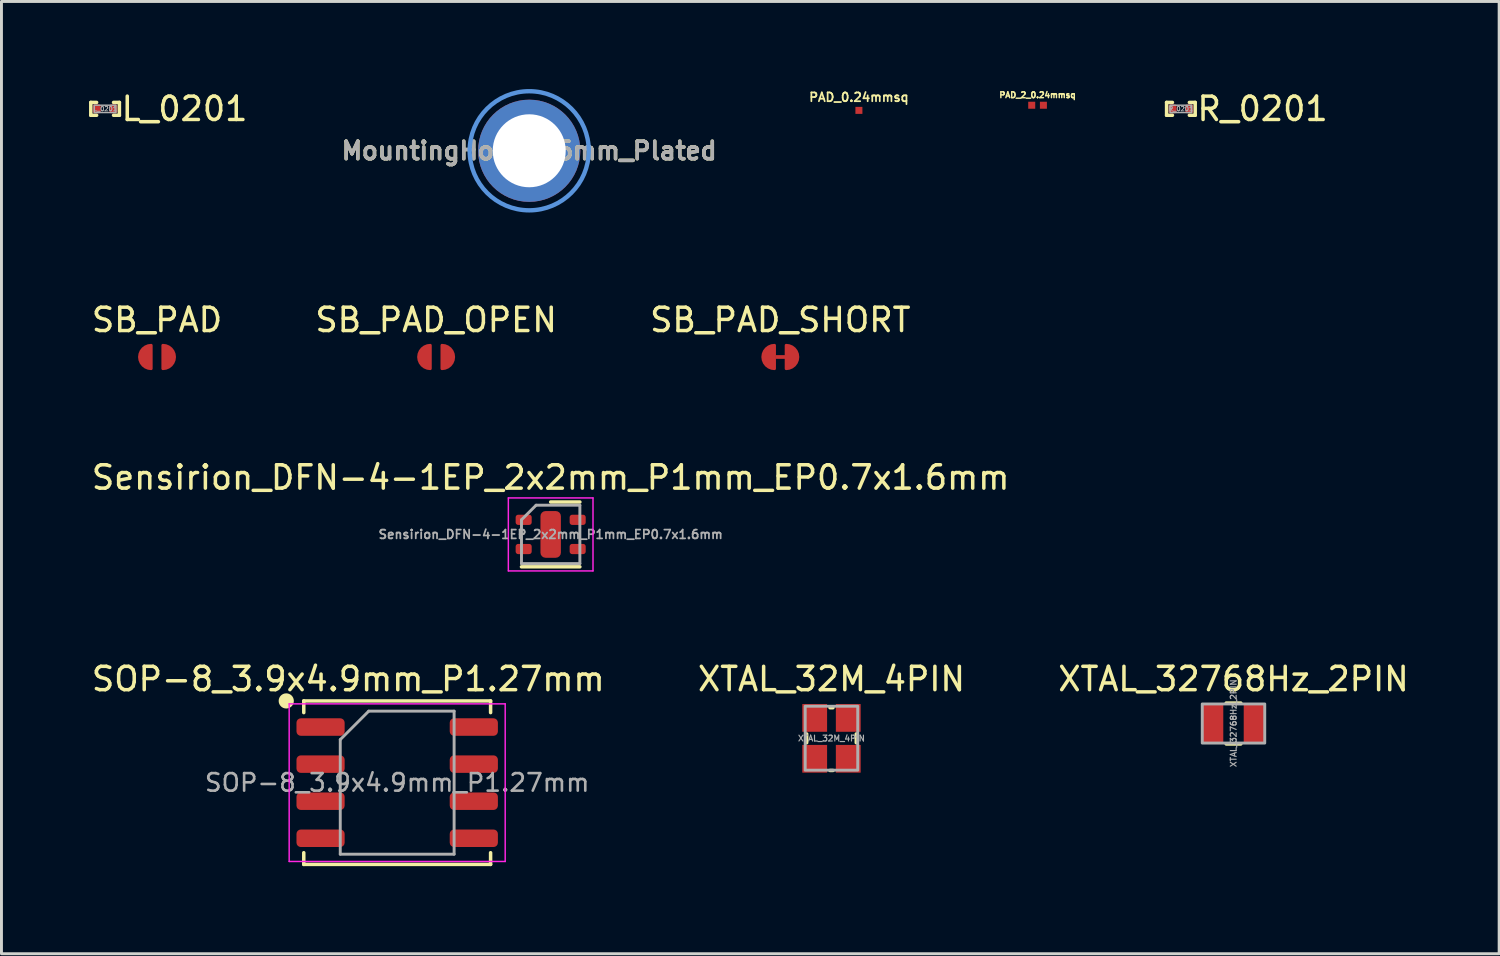
<source format=kicad_pcb>
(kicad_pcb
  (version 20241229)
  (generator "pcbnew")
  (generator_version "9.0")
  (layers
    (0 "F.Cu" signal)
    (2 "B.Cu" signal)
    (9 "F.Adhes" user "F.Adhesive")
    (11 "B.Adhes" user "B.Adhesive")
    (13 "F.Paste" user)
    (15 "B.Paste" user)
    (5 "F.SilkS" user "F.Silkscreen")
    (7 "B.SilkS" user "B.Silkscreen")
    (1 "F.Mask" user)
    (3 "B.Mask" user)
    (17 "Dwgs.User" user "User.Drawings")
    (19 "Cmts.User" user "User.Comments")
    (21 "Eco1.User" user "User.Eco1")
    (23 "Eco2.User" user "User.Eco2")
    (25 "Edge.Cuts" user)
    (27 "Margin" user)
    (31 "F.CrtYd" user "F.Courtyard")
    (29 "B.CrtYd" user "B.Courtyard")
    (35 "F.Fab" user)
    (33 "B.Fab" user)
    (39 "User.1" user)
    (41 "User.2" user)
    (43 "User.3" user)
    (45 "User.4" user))
  (footprint "SB_PAD_OPEN"
    (layer "F.Cu")
    (at 11.89 9.179)
    (property "Reference" "SB_PAD_OPEN" (at 0 -1.27 0) (unlocked yes) (layer "F.SilkS") (effects (font (size 0.8 0.8) (thickness 0.12))))
    (attr smd)
    (pad "1" smd custom (at -0.3 0) (size 0.001 0.001) (layers "F.Cu" "F.Mask") (options (anchor circle)) (primitives (gr_line (start 0 0.365) (end 0 -0.365) (width 0.1)) (gr_line (start -0.1 0.31) (end -0.1 -0.31) (width 0.125)) (gr_line (start 0.1 0.4) (end 0.1 -0.4) (width 0.1)) (gr_arc (start 0.1 0.4) (mid -0.3 0) (end 0.1 -0.4) (width 0.1)) (gr_line (start -0.2 0.23) (end -0.2 -0.23) (width 0.125))))
    (pad "2" smd custom (at 0.3 0) (size 0.001 0.001) (layers "F.Cu" "F.Mask") (options (anchor circle)) (primitives (gr_line (start 0 -0.365) (end 0 0.365) (width 0.1)) (gr_line (start 0.1 -0.31) (end 0.1 0.31) (width 0.125)) (gr_line (start -0.1 -0.4) (end -0.1 0.4) (width 0.1)) (gr_arc (start -0.1 -0.4) (mid 0.3 0) (end -0.1 0.4) (width 0.1)) (gr_line (start 0.2 -0.23) (end 0.2 0.23) (width 0.125)))))
  (footprint "MountingHole_2.5mm_Plated"
    (layer "F.Cu")
    (at 15.079 2.115)
    (property "Reference" "MountingHole_2.5mm_Plated" (at 0 0 0) (layer "F.SilkS") (effects (font (size 0.6 0.6) (thickness 0.12))))
    (attr exclude_from_pos_files exclude_from_bom)
    (fp_circle (center 0 0) (end 2.04 0.02) (stroke (width 0.15) (type solid)) (fill no) (layer "Cmts.User"))
    (fp_circle (center 0 0) (end 2.05 -0.01) (stroke (width 0.05) (type solid)) (fill no) (layer "F.CrtYd"))
    (fp_text user "${REFERENCE}" (at 0 0 0) (layer "F.Fab") (effects (font (size 0.6 0.6) (thickness 0.12))))
    (pad "1" thru_hole circle (at 0 0) (size 3.5 3.5) (drill 2.5) (layers "*.Cu" "*.Mask") (remove_unused_layers yes) (keep_end_layers yes) (zone_layer_connections)))
  (footprint "PAD_0.24mmsq"
    (layer "F.Cu")
    (at 26.373 0.731)
    (property "Reference" "PAD_0.24mmsq" (at 0 -0.45 0) (unlocked yes) (layer "F.SilkS") (effects (font (size 0.3 0.3) (thickness 0.06))))
    (attr smd)
    (pad "1" smd rect (at 0 0) (size 0.24 0.24) (layers "F.Cu" "F.Mask" "F.Paste")))
  (footprint "PAD_2_0.24mmsq"
    (layer "F.Cu")
    (at 32.493 0.555)
    (property "Reference" "PAD_2_0.24mmsq" (at 0 -0.35 0) (unlocked yes) (layer "F.SilkS") (effects (font (size 0.2 0.2) (thickness 0.05))))
    (attr smd)
    (pad "1" smd rect (at -0.2 0) (size 0.24 0.24) (layers "F.Cu" "F.Mask" "F.Paste"))
    (pad "2" smd rect (at 0.2 0) (size 0.24 0.24) (layers "F.Cu" "F.Mask" "F.Paste")))
  (footprint "XTAL_32768Hz_2PIN"
    (layer "F.Cu")
    (at 39.205 21.735)
    (property "Reference" "XTAL_32768Hz_2PIN" (at 0 -1.524 0) (unlocked yes) (layer "F.SilkS") (effects (font (size 0.8 0.8) (thickness 0.12))))
    (attr smd)
    (fp_line (start -0.25 -0.7) (end 0.25 -0.7) (stroke (width 0.12) (type solid)) (layer "F.SilkS"))
    (fp_line (start -0.25 0.7) (end 0.25 0.7) (stroke (width 0.12) (type solid)) (layer "F.SilkS"))
    (fp_rect (start -1.07 -0.67) (end 1.07 0.67) (stroke (width 0.1) (type solid)) (fill no) (layer "F.Fab"))
    (fp_text user "${REFERENCE}" (at 0 -0.01 90) (unlocked yes) (layer "F.Fab") (effects (font (size 0.2 0.2) (thickness 0.04))))
    (pad "1" smd rect (at -0.725 0) (size 0.75 1.4) (layers "F.Cu" "F.Mask" "F.Paste"))
    (pad "2" smd rect (at 0.725 0) (size 0.75 1.4) (layers "F.Cu" "F.Mask" "F.Paste")))
  (footprint "SB_PAD_SHORT"
    (layer "F.Cu")
    (at 23.681 9.179)
    (property "Reference" "SB_PAD_SHORT" (at 0 -1.27 0) (unlocked yes) (layer "F.SilkS") (effects (font (size 0.8 0.8) (thickness 0.12))))
    (attr smd)
    (pad "1" smd custom (at -0.3 0) (size 0.001 0.001) (layers "F.Cu" "F.Mask") (options (anchor circle)) (primitives (gr_line (start 0 0.365) (end 0 -0.365) (width 0.1)) (gr_line (start -0.1 0.31) (end -0.1 -0.31) (width 0.125)) (gr_line (start 0.1 0.4) (end 0.1 -0.4) (width 0.1)) (gr_arc (start 0.1 0.4) (mid -0.3 0) (end 0.1 -0.4) (width 0.1)) (gr_line (start -0.2 0.23) (end -0.2 -0.23) (width 0.125))))
    (pad "1" smd rect (at 0.025 0) (size 0.35 0.127) (layers "F.Cu" "F.Mask"))
    (pad "1" smd custom (at 0.3 0) (size 0.001 0.001) (layers "F.Cu" "F.Mask") (options (anchor circle)) (primitives (gr_line (start 0 -0.365) (end 0 0.365) (width 0.1)) (gr_line (start 0.1 -0.31) (end 0.1 0.31) (width 0.125)) (gr_line (start -0.1 -0.4) (end -0.1 0.4) (width 0.1)) (gr_arc (start -0.1 -0.4) (mid 0.3 0) (end -0.1 0.4) (width 0.1)) (gr_line (start 0.2 -0.23) (end 0.2 0.23) (width 0.125)))))
  (footprint "XTAL_32M_4PIN"
    (layer "F.Cu")
    (at 25.433 22.243)
    (property "Reference" "XTAL_32M_4PIN" (at 0 -2.032 0) (unlocked yes) (layer "F.SilkS") (effects (font (size 0.8 0.8) (thickness 0.12))))
    (attr smd)
    (fp_line (start -0.85 -0.15) (end -0.85 0.15) (stroke (width 0.12) (type solid)) (layer "F.SilkS"))
    (fp_line (start -0.05 -1.05) (end 0.05 -1.05) (stroke (width 0.12) (type solid)) (layer "F.SilkS"))
    (fp_line (start -0.05 1.1) (end 0.05 1.1) (stroke (width 0.12) (type solid)) (layer "F.SilkS"))
    (fp_line (start 0.85 0.15) (end 0.85 -0.15) (stroke (width 0.12) (type solid)) (layer "F.SilkS"))
    (fp_rect (start -0.9 -1.1) (end 0.9 1.09) (stroke (width 0.1) (type solid)) (fill no) (layer "F.Fab"))
    (fp_text user "${REFERENCE}" (at 0 0 0) (unlocked yes) (layer "F.Fab") (effects (font (size 0.2 0.2) (thickness 0.04))))
    (pad "1" smd rect (at -0.575 -0.7) (size 0.85 0.95) (layers "F.Cu" "F.Mask" "F.Paste"))
    (pad "2" smd rect (at 0.575 -0.7) (size 0.85 0.95) (layers "F.Cu" "F.Mask" "F.Paste"))
    (pad "3" smd rect (at 0.575 0.7) (size 0.85 0.95) (layers "F.Cu" "F.Mask" "F.Paste"))
    (pad "4" smd rect (at -0.575 0.7) (size 0.85 0.95) (layers "F.Cu" "F.Mask" "F.Paste")))
  (footprint "R_0201"
    (layer "F.Cu")
    (at 37.403 0.679)
    (property "Reference" "R_0201" (at 0.49 0 0) (unlocked yes) (layer "F.SilkS") (effects (font (size 0.8 0.8) (thickness 0.12)) (justify left)))
    (attr smd)
    (fp_line (start -0.49 -0.22) (end -0.29 -0.22) (stroke (width 0.12) (type solid)) (layer "F.SilkS"))
    (fp_line (start -0.49 0.22) (end -0.49 -0.22) (stroke (width 0.12) (type solid)) (layer "F.SilkS"))
    (fp_line (start -0.49 0.22) (end -0.29 0.22) (stroke (width 0.12) (type solid)) (layer "F.SilkS"))
    (fp_line (start 0.29 -0.22) (end 0.49 -0.22) (stroke (width 0.12) (type solid)) (layer "F.SilkS"))
    (fp_line (start 0.29 0.22) (end 0.49 0.22) (stroke (width 0.12) (type solid)) (layer "F.SilkS"))
    (fp_line (start 0.49 -0.22) (end 0.49 0.22) (stroke (width 0.12) (type solid)) (layer "F.SilkS"))
    (fp_rect (start -0.37 -0.125) (end 0.37 0.125) (stroke (width 0.05) (type solid)) (fill no) (layer "F.Fab"))
    (fp_text user "${REFERENCE}" (at 0 0 0) (unlocked yes) (layer "F.Fab") (effects (font (size 0.15 0.15) (thickness 0.03))))
    (pad "1" smd roundrect (at -0.285 0) (size 0.27 0.3) (layers "F.Cu" "F.Mask" "F.Paste") (roundrect_rratio 0.2))
    (pad "2" smd roundrect (at 0.285 0) (size 0.27 0.3) (layers "F.Cu" "F.Mask" "F.Paste") (roundrect_rratio 0.2)))
  (footprint "Sensirion_DFN-4-1EP_2x2mm_P1mm_EP0.7x1.6mm"
    (layer "F.Cu")
    (at 15.814 15.257)
    (property "Reference" "Sensirion_DFN-4-1EP_2x2mm_P1mm_EP0.7x1.6mm" (at 0 -1.95 0) (layer "F.SilkS") (effects (font (size 0.8 0.8) (thickness 0.12))))
    (attr smd)
    (fp_line (start -1 1.11) (end 1 1.11) (stroke (width 0.12) (type solid)) (layer "F.SilkS"))
    (fp_line (start 0 -1.11) (end 1 -1.11) (stroke (width 0.12) (type solid)) (layer "F.SilkS"))
    (fp_line (start -1.45 -1.25) (end -1.45 1.25) (stroke (width 0.05) (type solid)) (layer "F.CrtYd"))
    (fp_line (start -1.45 1.25) (end 1.45 1.25) (stroke (width 0.05) (type solid)) (layer "F.CrtYd"))
    (fp_line (start 1.45 -1.25) (end -1.45 -1.25) (stroke (width 0.05) (type solid)) (layer "F.CrtYd"))
    (fp_line (start 1.45 1.25) (end 1.45 -1.25) (stroke (width 0.05) (type solid)) (layer "F.CrtYd"))
    (fp_line (start -1 -0.5) (end -0.5 -1) (stroke (width 0.1) (type solid)) (layer "F.Fab"))
    (fp_line (start -1 1) (end -1 -0.5) (stroke (width 0.1) (type solid)) (layer "F.Fab"))
    (fp_line (start -0.5 -1) (end 1 -1) (stroke (width 0.1) (type solid)) (layer "F.Fab"))
    (fp_line (start 1 -1) (end 1 1) (stroke (width 0.1) (type solid)) (layer "F.Fab"))
    (fp_line (start 1 1) (end -1 1) (stroke (width 0.1) (type solid)) (layer "F.Fab"))
    (fp_text user "${REFERENCE}" (at 0 0 0) (layer "F.Fab") (effects (font (size 0.3 0.3) (thickness 0.06))))
    (pad "" smd roundrect (at -1.025 -0.5) (size 0.55 0.35) (layers "F.Paste") (roundrect_rratio 0.25))
    (pad "" smd roundrect (at -1.025 0.5) (size 0.55 0.35) (layers "F.Paste") (roundrect_rratio 0.25))
    (pad "" smd roundrect (at 0 0) (size 0.5 1.4) (layers "F.Paste") (roundrect_rratio 0.25))
    (pad "" smd roundrect (at 1.025 -0.5 180) (size 0.55 0.35) (layers "F.Paste") (roundrect_rratio 0.25))
    (pad "" smd roundrect (at 1.025 0.5 180) (size 0.55 0.35) (layers "F.Paste") (roundrect_rratio 0.25))
    (pad "1" smd roundrect (at -0.925 -0.5) (size 0.55 0.35) (layers "F.Cu" "F.Mask") (roundrect_rratio 0.25))
    (pad "2" smd roundrect (at -0.925 0.5) (size 0.55 0.35) (layers "F.Cu" "F.Mask") (roundrect_rratio 0.25))
    (pad "3" smd roundrect (at 0.925 0.5) (size 0.55 0.35) (layers "F.Cu" "F.Mask") (roundrect_rratio 0.25))
    (pad "4" smd roundrect (at 0.925 -0.5) (size 0.55 0.35) (layers "F.Cu" "F.Mask") (roundrect_rratio 0.25))
    (pad "5" smd roundrect (at 0 0) (size 0.7 1.6) (layers "F.Cu" "F.Mask") (roundrect_rratio 0.25)))
  (footprint "SOP-8_3.9x4.9mm_P1.27mm"
    (layer "F.Cu")
    (at 10.556 23.761)
    (property "Reference" "SOP-8_3.9x4.9mm_P1.27mm" (at -1.675 -3.55 0) (layer "F.SilkS") (effects (font (size 0.8 0.8) (thickness 0.12))))
    (attr smd)
    (fp_line (start -3.2 -2.8) (end 3.2 -2.8) (stroke (width 0.12) (type solid)) (layer "F.SilkS"))
    (fp_line (start -3.2 -2.4) (end -3.2 -2.8) (stroke (width 0.12) (type solid)) (layer "F.SilkS"))
    (fp_line (start -3.2 2.4) (end -3.2 2.8) (stroke (width 0.12) (type solid)) (layer "F.SilkS"))
    (fp_line (start -3.2 2.8) (end 3.2 2.8) (stroke (width 0.12) (type solid)) (layer "F.SilkS"))
    (fp_line (start 3.2 -2.8) (end 3.2 -2.4) (stroke (width 0.12) (type solid)) (layer "F.SilkS"))
    (fp_line (start 3.2 2.8) (end 3.2 2.4) (stroke (width 0.12) (type solid)) (layer "F.SilkS"))
    (fp_circle (center -3.8 -2.8) (end -3.6 -2.8) (stroke (width 0.12) (type solid)) (fill yes) (layer "F.SilkS"))
    (fp_line (start -3.7 -2.7) (end -3.7 2.7) (stroke (width 0.05) (type solid)) (layer "F.CrtYd"))
    (fp_line (start -3.7 2.7) (end 3.7 2.7) (stroke (width 0.05) (type solid)) (layer "F.CrtYd"))
    (fp_line (start 3.7 -2.7) (end -3.7 -2.7) (stroke (width 0.05) (type solid)) (layer "F.CrtYd"))
    (fp_line (start 3.7 2.7) (end 3.7 -2.7) (stroke (width 0.05) (type solid)) (layer "F.CrtYd"))
    (fp_line (start -1.95 -1.475) (end -0.975 -2.45) (stroke (width 0.1) (type solid)) (layer "F.Fab"))
    (fp_line (start -1.95 2.45) (end -1.95 -1.475) (stroke (width 0.1) (type solid)) (layer "F.Fab"))
    (fp_line (start -0.975 -2.45) (end 1.95 -2.45) (stroke (width 0.1) (type solid)) (layer "F.Fab"))
    (fp_line (start 1.95 -2.45) (end 1.95 2.45) (stroke (width 0.1) (type solid)) (layer "F.Fab"))
    (fp_line (start 1.95 2.45) (end -1.95 2.45) (stroke (width 0.1) (type solid)) (layer "F.Fab"))
    (fp_text user "${REFERENCE}" (at 0 0 0) (layer "F.Fab") (effects (font (size 0.6 0.6) (thickness 0.09))))
    (pad "1" smd roundrect (at -2.625 -1.905) (size 1.65 0.6) (layers "F.Cu" "F.Mask" "F.Paste") (roundrect_rratio 0.25))
    (pad "2" smd roundrect (at -2.625 -0.635) (size 1.65 0.6) (layers "F.Cu" "F.Mask" "F.Paste") (roundrect_rratio 0.25))
    (pad "3" smd roundrect (at -2.625 0.635) (size 1.65 0.6) (layers "F.Cu" "F.Mask" "F.Paste") (roundrect_rratio 0.25))
    (pad "4" smd roundrect (at -2.625 1.905) (size 1.65 0.6) (layers "F.Cu" "F.Mask" "F.Paste") (roundrect_rratio 0.25))
    (pad "5" smd roundrect (at 2.625 1.905) (size 1.65 0.6) (layers "F.Cu" "F.Mask" "F.Paste") (roundrect_rratio 0.25))
    (pad "6" smd roundrect (at 2.625 0.635) (size 1.65 0.6) (layers "F.Cu" "F.Mask" "F.Paste") (roundrect_rratio 0.25))
    (pad "7" smd roundrect (at 2.625 -0.635) (size 1.65 0.6) (layers "F.Cu" "F.Mask" "F.Paste") (roundrect_rratio 0.25))
    (pad "8" smd roundrect (at 2.625 -1.905) (size 1.65 0.6) (layers "F.Cu" "F.Mask" "F.Paste") (roundrect_rratio 0.25)))
  (footprint "SB_PAD"
    (layer "F.Cu")
    (at 2.329 9.179)
    (property "Reference" "SB_PAD" (at 0 -1.27 0) (unlocked yes) (layer "F.SilkS") (effects (font (size 0.8 0.8) (thickness 0.12))))
    (attr smd)
    (pad "1" smd custom (at -0.3 0) (size 0.001 0.001) (layers "F.Cu" "F.Mask") (options (anchor circle)) (primitives (gr_line (start 0 0.365) (end 0 -0.365) (width 0.1)) (gr_line (start -0.1 0.31) (end -0.1 -0.31) (width 0.125)) (gr_line (start 0.1 0.4) (end 0.1 -0.4) (width 0.1)) (gr_arc (start 0.1 0.4) (mid -0.3 0) (end 0.1 -0.4) (width 0.1)) (gr_line (start -0.2 0.23) (end -0.2 -0.23) (width 0.125))))
    (pad "2" smd custom (at 0.3 0) (size 0.001 0.001) (layers "F.Cu" "F.Mask") (options (anchor circle)) (primitives (gr_line (start 0 -0.365) (end 0 0.365) (width 0.1)) (gr_line (start 0.1 -0.31) (end 0.1 0.31) (width 0.125)) (gr_line (start -0.1 -0.4) (end -0.1 0.4) (width 0.1)) (gr_arc (start -0.1 -0.4) (mid 0.3 0) (end -0.1 0.4) (width 0.1)) (gr_line (start 0.2 -0.23) (end 0.2 0.23) (width 0.125)))))
  (footprint "L_0201"
    (layer "F.Cu")
    (at 0.55 0.679)
    (property "Reference" "L_0201" (at 0.49 0 0) (unlocked yes) (layer "F.SilkS") (effects (font (size 0.8 0.8) (thickness 0.12)) (justify left)))
    (attr smd)
    (fp_line (start -0.49 -0.22) (end -0.29 -0.22) (stroke (width 0.12) (type solid)) (layer "F.SilkS"))
    (fp_line (start -0.49 0.22) (end -0.49 -0.22) (stroke (width 0.12) (type solid)) (layer "F.SilkS"))
    (fp_line (start -0.49 0.22) (end -0.29 0.22) (stroke (width 0.12) (type solid)) (layer "F.SilkS"))
    (fp_line (start 0.29 -0.22) (end 0.49 -0.22) (stroke (width 0.12) (type solid)) (layer "F.SilkS"))
    (fp_line (start 0.29 0.22) (end 0.49 0.22) (stroke (width 0.12) (type solid)) (layer "F.SilkS"))
    (fp_line (start 0.49 -0.22) (end 0.49 0.22) (stroke (width 0.12) (type solid)) (layer "F.SilkS"))
    (fp_rect (start -0.37 -0.125) (end 0.37 0.125) (stroke (width 0.05) (type solid)) (fill no) (layer "F.Fab"))
    (fp_text user "${REFERENCE}" (at 0 0 0) (unlocked yes) (layer "F.Fab") (effects (font (size 0.15 0.15) (thickness 0.03))))
    (pad "1" smd roundrect (at -0.285 0) (size 0.27 0.3) (layers "F.Cu" "F.Mask" "F.Paste") (roundrect_rratio 0.2))
    (pad "2" smd roundrect (at 0.285 0) (size 0.27 0.3) (layers "F.Cu" "F.Mask" "F.Paste") (roundrect_rratio 0.2)))
  (gr_rect
    (start -3 -3)
    (end 48.305 29.621)
    (stroke (width 0.1) (type default))
    (fill no)
    (layer "Edge.Cuts")))
</source>
